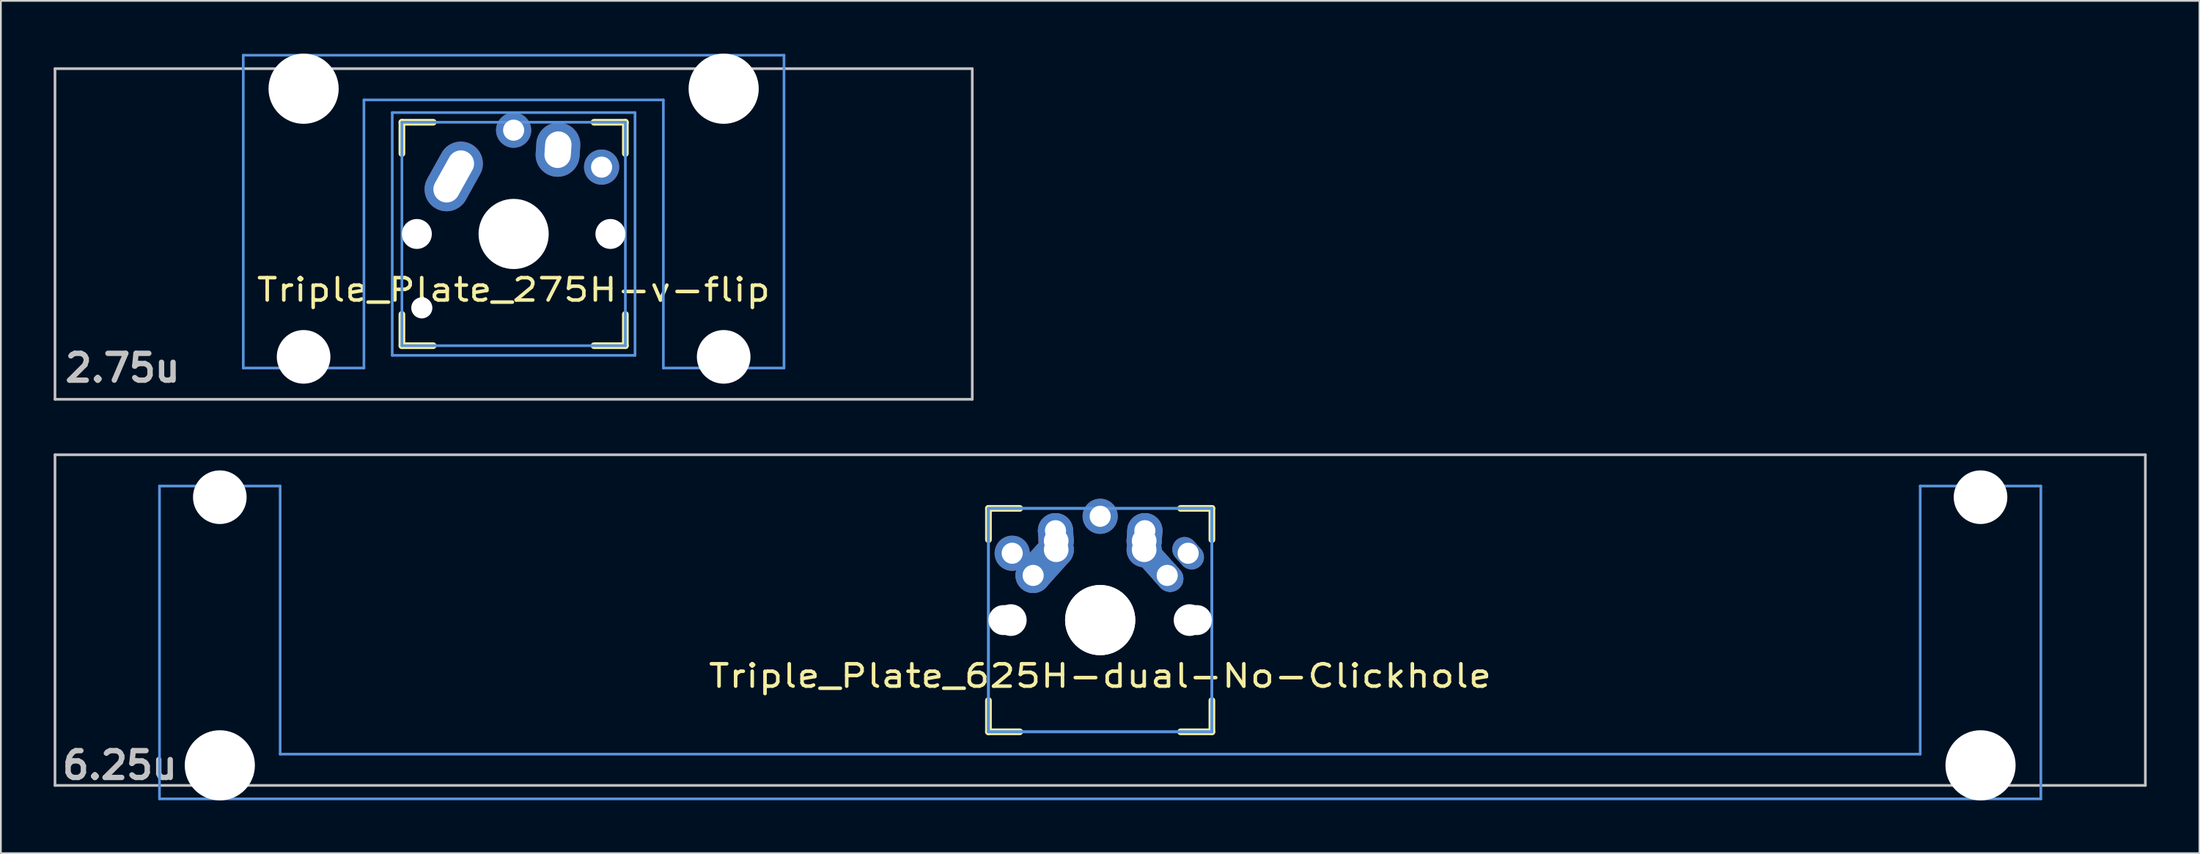
<source format=kicad_pcb>
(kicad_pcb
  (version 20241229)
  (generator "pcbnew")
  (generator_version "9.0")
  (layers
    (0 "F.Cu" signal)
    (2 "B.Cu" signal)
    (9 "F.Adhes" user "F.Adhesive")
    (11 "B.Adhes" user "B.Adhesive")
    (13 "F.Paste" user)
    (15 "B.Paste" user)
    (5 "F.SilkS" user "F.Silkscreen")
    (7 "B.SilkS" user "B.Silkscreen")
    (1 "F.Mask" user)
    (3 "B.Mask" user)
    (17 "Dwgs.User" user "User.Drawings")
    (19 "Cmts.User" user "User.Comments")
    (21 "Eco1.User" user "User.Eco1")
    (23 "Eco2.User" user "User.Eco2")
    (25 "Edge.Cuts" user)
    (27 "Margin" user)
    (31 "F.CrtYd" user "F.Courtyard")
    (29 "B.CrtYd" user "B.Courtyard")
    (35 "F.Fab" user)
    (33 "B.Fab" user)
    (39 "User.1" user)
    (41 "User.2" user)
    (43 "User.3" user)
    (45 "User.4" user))
  (footprint "Triple_Plate_625H-dual-No-Clickhole"
    (layer "F.Cu")
    (at 59.482 32.197)
    (property "Reference" "Triple_Plate_625H-dual-No-Clickhole" (at 0 3.175 0) (layer "F.SilkS") (effects (font (size 1.27 1.524) (thickness 0.203))))
    (attr through_hole)
    (fp_line (start -6.35 -6.35) (end -4.572 -6.35) (stroke (width 0.381) (type solid)) (layer "F.SilkS"))
    (fp_line (start -6.35 -4.572) (end -6.35 -6.35) (stroke (width 0.381) (type solid)) (layer "F.SilkS"))
    (fp_line (start -6.35 6.35) (end -6.35 4.572) (stroke (width 0.381) (type solid)) (layer "F.SilkS"))
    (fp_line (start -4.572 6.35) (end -6.35 6.35) (stroke (width 0.381) (type solid)) (layer "F.SilkS"))
    (fp_line (start 4.572 -6.35) (end 6.35 -6.35) (stroke (width 0.381) (type solid)) (layer "F.SilkS"))
    (fp_line (start 6.35 -6.35) (end 6.35 -4.572) (stroke (width 0.381) (type solid)) (layer "F.SilkS"))
    (fp_line (start 6.35 4.572) (end 6.35 6.35) (stroke (width 0.381) (type solid)) (layer "F.SilkS"))
    (fp_line (start 6.35 6.35) (end 4.572 6.35) (stroke (width 0.381) (type solid)) (layer "F.SilkS"))
    (fp_line (start -59.406 -9.398) (end 59.406 -9.398) (stroke (width 0.152) (type solid)) (layer "Dwgs.User"))
    (fp_line (start -59.406 9.398) (end -59.406 -9.398) (stroke (width 0.152) (type solid)) (layer "Dwgs.User"))
    (fp_line (start 59.406 -9.398) (end 59.406 9.398) (stroke (width 0.152) (type solid)) (layer "Dwgs.User"))
    (fp_line (start 59.406 9.398) (end -59.406 9.398) (stroke (width 0.152) (type solid)) (layer "Dwgs.User"))
    (fp_line (start -53.467 -7.62) (end -53.467 10.16) (stroke (width 0.152) (type solid)) (layer "Cmts.User"))
    (fp_line (start -53.467 10.16) (end 53.467 10.16) (stroke (width 0.152) (type solid)) (layer "Cmts.User"))
    (fp_line (start -46.609 -7.62) (end -53.467 -7.62) (stroke (width 0.152) (type solid)) (layer "Cmts.User"))
    (fp_line (start -46.609 7.62) (end -46.609 -7.62) (stroke (width 0.152) (type solid)) (layer "Cmts.User"))
    (fp_line (start -6.35 -6.35) (end 6.35 -6.35) (stroke (width 0.152) (type solid)) (layer "Cmts.User"))
    (fp_line (start -6.35 -6.35) (end 6.35 -6.35) (stroke (width 0.152) (type solid)) (layer "Cmts.User"))
    (fp_line (start -6.35 6.35) (end -6.35 -6.35) (stroke (width 0.152) (type solid)) (layer "Cmts.User"))
    (fp_line (start -6.35 6.35) (end -6.35 -6.35) (stroke (width 0.152) (type solid)) (layer "Cmts.User"))
    (fp_line (start 6.35 -6.35) (end 6.35 6.35) (stroke (width 0.152) (type solid)) (layer "Cmts.User"))
    (fp_line (start 6.35 -6.35) (end 6.35 6.35) (stroke (width 0.152) (type solid)) (layer "Cmts.User"))
    (fp_line (start 6.35 6.35) (end -6.35 6.35) (stroke (width 0.152) (type solid)) (layer "Cmts.User"))
    (fp_line (start 6.35 6.35) (end -6.35 6.35) (stroke (width 0.152) (type solid)) (layer "Cmts.User"))
    (fp_line (start 46.609 -7.62) (end 46.609 7.62) (stroke (width 0.152) (type solid)) (layer "Cmts.User"))
    (fp_line (start 46.609 7.62) (end -46.609 7.62) (stroke (width 0.152) (type solid)) (layer "Cmts.User"))
    (fp_line (start 53.467 -7.62) (end 46.609 -7.62) (stroke (width 0.152) (type solid)) (layer "Cmts.User"))
    (fp_line (start 53.467 10.16) (end 53.467 -7.62) (stroke (width 0.152) (type solid)) (layer "Cmts.User"))
    (fp_line (start -54.229 -2.286) (end -53.365 -2.286) (stroke (width 0.152) (type solid)) (layer "Eco2.User"))
    (fp_line (start -54.229 0.508) (end -54.229 -2.286) (stroke (width 0.152) (type solid)) (layer "Eco2.User"))
    (fp_line (start -53.365 -5.69) (end -46.711 -5.69) (stroke (width 0.152) (type solid)) (layer "Eco2.User"))
    (fp_line (start -53.365 -2.286) (end -53.365 -5.69) (stroke (width 0.152) (type solid)) (layer "Eco2.User"))
    (fp_line (start -53.365 0.508) (end -54.229 0.508) (stroke (width 0.152) (type solid)) (layer "Eco2.User"))
    (fp_line (start -53.365 6.604) (end -53.365 0.508) (stroke (width 0.152) (type solid)) (layer "Eco2.User"))
    (fp_line (start -52.324 6.604) (end -53.365 6.604) (stroke (width 0.152) (type solid)) (layer "Eco2.User"))
    (fp_line (start -52.324 7.772) (end -52.324 6.604) (stroke (width 0.152) (type solid)) (layer "Eco2.User"))
    (fp_line (start -47.752 6.604) (end -47.752 7.772) (stroke (width 0.152) (type solid)) (layer "Eco2.User"))
    (fp_line (start -47.752 7.772) (end -52.324 7.772) (stroke (width 0.152) (type solid)) (layer "Eco2.User"))
    (fp_line (start -46.711 -5.69) (end -46.711 -2.286) (stroke (width 0.152) (type solid)) (layer "Eco2.User"))
    (fp_line (start -46.711 -2.286) (end -6.985 -2.286) (stroke (width 0.152) (type solid)) (layer "Eco2.User"))
    (fp_line (start -46.711 2.286) (end -46.711 6.604) (stroke (width 0.152) (type solid)) (layer "Eco2.User"))
    (fp_line (start -46.711 6.604) (end -47.752 6.604) (stroke (width 0.152) (type solid)) (layer "Eco2.User"))
    (fp_line (start -6.985 -6.985) (end 6.985 -6.985) (stroke (width 0.152) (type solid)) (layer "Eco2.User"))
    (fp_line (start -6.985 -6.985) (end 6.985 -6.985) (stroke (width 0.152) (type solid)) (layer "Eco2.User"))
    (fp_line (start -6.985 -2.286) (end -6.985 -6.985) (stroke (width 0.152) (type solid)) (layer "Eco2.User"))
    (fp_line (start -6.985 2.286) (end -46.711 2.286) (stroke (width 0.152) (type solid)) (layer "Eco2.User"))
    (fp_line (start -6.985 6.985) (end -6.985 -6.985) (stroke (width 0.152) (type solid)) (layer "Eco2.User"))
    (fp_line (start -6.985 6.985) (end -6.985 2.286) (stroke (width 0.152) (type solid)) (layer "Eco2.User"))
    (fp_line (start 6.985 -6.985) (end 6.985 -2.286) (stroke (width 0.152) (type solid)) (layer "Eco2.User"))
    (fp_line (start 6.985 -6.985) (end 6.985 6.985) (stroke (width 0.152) (type solid)) (layer "Eco2.User"))
    (fp_line (start 6.985 -2.286) (end 46.711 -2.286) (stroke (width 0.152) (type solid)) (layer "Eco2.User"))
    (fp_line (start 6.985 2.286) (end 6.985 6.985) (stroke (width 0.152) (type solid)) (layer "Eco2.User"))
    (fp_line (start 6.985 6.985) (end -6.985 6.985) (stroke (width 0.152) (type solid)) (layer "Eco2.User"))
    (fp_line (start 6.985 6.985) (end -6.985 6.985) (stroke (width 0.152) (type solid)) (layer "Eco2.User"))
    (fp_line (start 46.711 -5.69) (end 53.365 -5.69) (stroke (width 0.152) (type solid)) (layer "Eco2.User"))
    (fp_line (start 46.711 -2.286) (end 46.711 -5.69) (stroke (width 0.152) (type solid)) (layer "Eco2.User"))
    (fp_line (start 46.711 2.286) (end 6.985 2.286) (stroke (width 0.152) (type solid)) (layer "Eco2.User"))
    (fp_line (start 46.711 6.604) (end 46.711 2.286) (stroke (width 0.152) (type solid)) (layer "Eco2.User"))
    (fp_line (start 47.752 6.604) (end 46.711 6.604) (stroke (width 0.152) (type solid)) (layer "Eco2.User"))
    (fp_line (start 47.752 7.772) (end 47.752 6.604) (stroke (width 0.152) (type solid)) (layer "Eco2.User"))
    (fp_line (start 52.324 6.604) (end 52.324 7.772) (stroke (width 0.152) (type solid)) (layer "Eco2.User"))
    (fp_line (start 52.324 7.772) (end 47.752 7.772) (stroke (width 0.152) (type solid)) (layer "Eco2.User"))
    (fp_line (start 53.365 -5.69) (end 53.365 -2.286) (stroke (width 0.152) (type solid)) (layer "Eco2.User"))
    (fp_line (start 53.365 -2.286) (end 54.229 -2.286) (stroke (width 0.152) (type solid)) (layer "Eco2.User"))
    (fp_line (start 53.365 0.508) (end 53.365 6.604) (stroke (width 0.152) (type solid)) (layer "Eco2.User"))
    (fp_line (start 53.365 6.604) (end 52.324 6.604) (stroke (width 0.152) (type solid)) (layer "Eco2.User"))
    (fp_line (start 54.229 -2.286) (end 54.229 0.508) (stroke (width 0.152) (type solid)) (layer "Eco2.User"))
    (fp_line (start 54.229 0.508) (end 53.365 0.508) (stroke (width 0.152) (type solid)) (layer "Eco2.User"))
    (fp_text user "6.25u" (at -55.723 8.255 0) (layer "Dwgs.User") (effects (font (size 1.524 1.524) (thickness 0.305))))
    (pad "" np_thru_hole circle (at -50.038 -6.985) (size 3.048 3.048) (drill 3.048) (layers "*.Cu"))
    (pad "" np_thru_hole circle (at -50.038 8.255) (size 3.988 3.988) (drill 3.988) (layers "*.Cu"))
    (pad "" np_thru_hole circle (at -5.5 0) (size 1.7 1.7) (drill 1.7) (layers "*.Cu"))
    (pad "" np_thru_hole circle (at -5.08 0) (size 1.8 1.8) (drill 1.8) (layers "*.Cu"))
    (pad "" np_thru_hole circle (at 0 0) (size 3.988 3.988) (drill 3.988) (layers "*.Cu"))
    (pad "" np_thru_hole circle (at 0 0) (size 3.988 3.988) (drill 3.988) (layers "*.Cu"))
    (pad "" np_thru_hole circle (at 5.08 0) (size 1.8 1.8) (drill 1.8) (layers "*.Cu"))
    (pad "" np_thru_hole circle (at 5.5 0) (size 1.7 1.7) (drill 1.7) (layers "*.Cu"))
    (pad "" np_thru_hole circle (at 50.038 -6.985) (size 3.048 3.048) (drill 3.048) (layers "*.Cu"))
    (pad "" np_thru_hole circle (at 50.038 8.255) (size 3.988 3.988) (drill 3.988) (layers "*.Cu"))
    (pad "1" thru_hole circle (at -5 -3.8 138.1) (size 2 2) (drill 1.2) (layers "*.Cu" "*.Mask"))
    (pad "1" thru_hole circle (at -3.81 -2.54) (size 2 2) (drill oval 1.2) (layers "*.Cu" "*.Mask"))
    (pad "1" smd oval (at -3.155 -3.27 138.1) (size 2 3.962) (layers "F.Cu" "F.Mask" "F.Paste"))
    (pad "1" smd oval (at -3.155 -3.27 138.1) (size 2 3.962) (layers "B.Cu" "B.Mask" "B.Paste"))
    (pad "1" thru_hole circle (at -2.54 -5.08 330.95) (size 2 2) (drill 1.2) (layers "*.Cu" "*.Mask"))
    (pad "1" smd oval (at -2.52 -4.79 3.945) (size 2 2.581) (layers "F.Cu" "F.Mask" "F.Paste"))
    (pad "1" smd oval (at -2.52 -4.79 3.945) (size 2 2.581) (layers "B.Cu" "B.Mask" "B.Paste"))
    (pad "1" thru_hole circle (at -2.5 -4.5 330.95) (size 2 2) (drill 1.4) (layers "*.Cu" "*.Mask"))
    (pad "1" thru_hole circle (at -2.5 -4 330.95) (size 2 2) (drill 1.4) (layers "*.Cu" "*.Mask"))
    (pad "1" thru_hole oval (at 5 -3.8 221.9) (size 1.4 2) (drill 1.2) (layers "*.Cu" "*.Mask"))
    (pad "2" thru_hole circle (at 0 -5.9) (size 2 2) (drill 1.2) (layers "*.Cu" "*.Mask"))
    (pad "2" thru_hole circle (at 2.5 -4.5 330.95) (size 2 2) (drill 1.4) (layers "*.Cu" "*.Mask"))
    (pad "2" thru_hole circle (at 2.5 -4) (size 2 2) (drill 1.4) (layers "*.Cu" "*.Mask"))
    (pad "2" smd oval (at 2.52 -4.79 356.055) (size 2 2.581) (layers "F.Cu" "F.Mask" "F.Paste"))
    (pad "2" smd oval (at 2.52 -4.79 356.055) (size 2 2.581) (layers "B.Cu" "B.Mask" "B.Paste"))
    (pad "2" thru_hole circle (at 2.54 -5.08 330.95) (size 2 2) (drill 1.2) (layers "*.Cu" "*.Mask"))
    (pad "2" smd oval (at 3.155 -3.27 221.9) (size 1.5 3.962) (layers "F.Cu" "F.Mask" "F.Paste"))
    (pad "2" smd oval (at 3.155 -3.27 221.9) (size 1.5 3.962) (layers "B.Cu" "B.Mask" "B.Paste"))
    (pad "2" thru_hole oval (at 3.81 -2.54 311.9) (size 2 1.5) (drill 1.2) (layers "*.Cu" "*.Mask")))
  (footprint "Triple_Plate_275H-v-flip"
    (layer "F.Cu")
    (at 26.144 10.249)
    (property "Reference" "Triple_Plate_275H-v-flip" (at 0 3.175 0) (layer "F.SilkS") (effects (font (size 1.27 1.524) (thickness 0.203))))
    (attr through_hole)
    (fp_line (start -6.35 -6.35) (end -4.572 -6.35) (stroke (width 0.381) (type solid)) (layer "F.SilkS"))
    (fp_line (start -6.35 -4.572) (end -6.35 -6.35) (stroke (width 0.381) (type solid)) (layer "F.SilkS"))
    (fp_line (start -6.35 6.35) (end -6.35 4.572) (stroke (width 0.381) (type solid)) (layer "F.SilkS"))
    (fp_line (start -4.572 6.35) (end -6.35 6.35) (stroke (width 0.381) (type solid)) (layer "F.SilkS"))
    (fp_line (start 4.572 -6.35) (end 6.35 -6.35) (stroke (width 0.381) (type solid)) (layer "F.SilkS"))
    (fp_line (start 6.35 -6.35) (end 6.35 -4.572) (stroke (width 0.381) (type solid)) (layer "F.SilkS"))
    (fp_line (start 6.35 4.572) (end 6.35 6.35) (stroke (width 0.381) (type solid)) (layer "F.SilkS"))
    (fp_line (start 6.35 6.35) (end 4.572 6.35) (stroke (width 0.381) (type solid)) (layer "F.SilkS"))
    (fp_line (start -26.068 -9.398) (end 26.068 -9.398) (stroke (width 0.152) (type solid)) (layer "Dwgs.User"))
    (fp_line (start -26.068 9.398) (end -26.068 -9.398) (stroke (width 0.152) (type solid)) (layer "Dwgs.User"))
    (fp_line (start 26.068 -9.398) (end 26.068 9.398) (stroke (width 0.152) (type solid)) (layer "Dwgs.User"))
    (fp_line (start 26.068 9.398) (end -26.068 9.398) (stroke (width 0.152) (type solid)) (layer "Dwgs.User"))
    (fp_line (start -15.367 -10.16) (end -15.367 7.62) (stroke (width 0.152) (type solid)) (layer "Cmts.User"))
    (fp_line (start -15.367 7.62) (end -8.509 7.62) (stroke (width 0.152) (type solid)) (layer "Cmts.User"))
    (fp_line (start -8.509 -7.62) (end 8.509 -7.62) (stroke (width 0.152) (type solid)) (layer "Cmts.User"))
    (fp_line (start -8.509 7.62) (end -8.509 -7.62) (stroke (width 0.152) (type solid)) (layer "Cmts.User"))
    (fp_line (start -6.9 -6.9) (end 6.9 -6.9) (stroke (width 0.152) (type solid)) (layer "Cmts.User"))
    (fp_line (start -6.9 6.9) (end -6.9 -6.9) (stroke (width 0.152) (type solid)) (layer "Cmts.User"))
    (fp_line (start -6.35 -6.35) (end 6.35 -6.35) (stroke (width 0.152) (type solid)) (layer "Cmts.User"))
    (fp_line (start -6.35 6.35) (end -6.35 -6.35) (stroke (width 0.152) (type solid)) (layer "Cmts.User"))
    (fp_line (start 6.35 -6.35) (end 6.35 6.35) (stroke (width 0.152) (type solid)) (layer "Cmts.User"))
    (fp_line (start 6.35 6.35) (end -6.35 6.35) (stroke (width 0.152) (type solid)) (layer "Cmts.User"))
    (fp_line (start 6.9 -6.9) (end 6.9 6.9) (stroke (width 0.152) (type solid)) (layer "Cmts.User"))
    (fp_line (start 6.9 6.9) (end -6.9 6.9) (stroke (width 0.152) (type solid)) (layer "Cmts.User"))
    (fp_line (start 8.509 -7.62) (end 8.509 7.62) (stroke (width 0.152) (type solid)) (layer "Cmts.User"))
    (fp_line (start 8.509 7.62) (end 15.367 7.62) (stroke (width 0.152) (type solid)) (layer "Cmts.User"))
    (fp_line (start 15.367 -10.16) (end -15.367 -10.16) (stroke (width 0.152) (type solid)) (layer "Cmts.User"))
    (fp_line (start 15.367 7.62) (end 15.367 -10.16) (stroke (width 0.152) (type solid)) (layer "Cmts.User"))
    (fp_line (start -16.129 -0.508) (end -15.265 -0.508) (stroke (width 0.152) (type solid)) (layer "Eco2.User"))
    (fp_line (start -16.129 2.286) (end -16.129 -0.508) (stroke (width 0.152) (type solid)) (layer "Eco2.User"))
    (fp_line (start -15.265 -6.604) (end -14.224 -6.604) (stroke (width 0.152) (type solid)) (layer "Eco2.User"))
    (fp_line (start -15.265 -0.508) (end -15.265 -6.604) (stroke (width 0.152) (type solid)) (layer "Eco2.User"))
    (fp_line (start -15.265 2.286) (end -16.129 2.286) (stroke (width 0.152) (type solid)) (layer "Eco2.User"))
    (fp_line (start -15.265 5.69) (end -15.265 2.286) (stroke (width 0.152) (type solid)) (layer "Eco2.User"))
    (fp_line (start -14.224 -7.772) (end -9.652 -7.772) (stroke (width 0.152) (type solid)) (layer "Eco2.User"))
    (fp_line (start -14.224 -6.604) (end -14.224 -7.772) (stroke (width 0.152) (type solid)) (layer "Eco2.User"))
    (fp_line (start -9.652 -7.772) (end -9.652 -6.604) (stroke (width 0.152) (type solid)) (layer "Eco2.User"))
    (fp_line (start -9.652 -6.604) (end -8.611 -6.604) (stroke (width 0.152) (type solid)) (layer "Eco2.User"))
    (fp_line (start -8.611 -6.604) (end -8.611 -5.817) (stroke (width 0.152) (type solid)) (layer "Eco2.User"))
    (fp_line (start -8.611 -5.817) (end -6.985 -5.817) (stroke (width 0.152) (type solid)) (layer "Eco2.User"))
    (fp_line (start -8.611 4.877) (end -8.611 5.69) (stroke (width 0.152) (type solid)) (layer "Eco2.User"))
    (fp_line (start -8.611 5.69) (end -15.265 5.69) (stroke (width 0.152) (type solid)) (layer "Eco2.User"))
    (fp_line (start -7.5 -7.5) (end 7.5 -7.5) (stroke (width 0.152) (type solid)) (layer "Eco2.User"))
    (fp_line (start -7.5 7.5) (end -7.5 -7.5) (stroke (width 0.152) (type solid)) (layer "Eco2.User"))
    (fp_line (start -6.985 -6.985) (end 6.985 -6.985) (stroke (width 0.152) (type solid)) (layer "Eco2.User"))
    (fp_line (start -6.985 -5.817) (end -6.985 -6.985) (stroke (width 0.152) (type solid)) (layer "Eco2.User"))
    (fp_line (start -6.985 4.877) (end -8.611 4.877) (stroke (width 0.152) (type solid)) (layer "Eco2.User"))
    (fp_line (start -6.985 6.985) (end -6.985 4.877) (stroke (width 0.152) (type solid)) (layer "Eco2.User"))
    (fp_line (start 6.985 -6.985) (end 6.985 -5.817) (stroke (width 0.152) (type solid)) (layer "Eco2.User"))
    (fp_line (start 6.985 -5.817) (end 8.611 -5.817) (stroke (width 0.152) (type solid)) (layer "Eco2.User"))
    (fp_line (start 6.985 4.877) (end 6.985 6.985) (stroke (width 0.152) (type solid)) (layer "Eco2.User"))
    (fp_line (start 6.985 6.985) (end -6.985 6.985) (stroke (width 0.152) (type solid)) (layer "Eco2.User"))
    (fp_line (start 7.5 -7.5) (end 7.5 7.5) (stroke (width 0.152) (type solid)) (layer "Eco2.User"))
    (fp_line (start 7.5 7.5) (end -7.5 7.5) (stroke (width 0.152) (type solid)) (layer "Eco2.User"))
    (fp_line (start 8.611 -6.604) (end 9.652 -6.604) (stroke (width 0.152) (type solid)) (layer "Eco2.User"))
    (fp_line (start 8.611 -5.817) (end 8.611 -6.604) (stroke (width 0.152) (type solid)) (layer "Eco2.User"))
    (fp_line (start 8.611 4.877) (end 6.985 4.877) (stroke (width 0.152) (type solid)) (layer "Eco2.User"))
    (fp_line (start 8.611 5.69) (end 8.611 4.877) (stroke (width 0.152) (type solid)) (layer "Eco2.User"))
    (fp_line (start 9.652 -7.772) (end 14.224 -7.772) (stroke (width 0.152) (type solid)) (layer "Eco2.User"))
    (fp_line (start 9.652 -6.604) (end 9.652 -7.772) (stroke (width 0.152) (type solid)) (layer "Eco2.User"))
    (fp_line (start 14.224 -7.772) (end 14.224 -6.604) (stroke (width 0.152) (type solid)) (layer "Eco2.User"))
    (fp_line (start 14.224 -6.604) (end 15.265 -6.604) (stroke (width 0.152) (type solid)) (layer "Eco2.User"))
    (fp_line (start 15.265 -6.604) (end 15.265 -0.508) (stroke (width 0.152) (type solid)) (layer "Eco2.User"))
    (fp_line (start 15.265 -0.508) (end 16.129 -0.508) (stroke (width 0.152) (type solid)) (layer "Eco2.User"))
    (fp_line (start 15.265 2.286) (end 15.265 5.69) (stroke (width 0.152) (type solid)) (layer "Eco2.User"))
    (fp_line (start 15.265 5.69) (end 8.611 5.69) (stroke (width 0.152) (type solid)) (layer "Eco2.User"))
    (fp_line (start 16.129 -0.508) (end 16.129 2.286) (stroke (width 0.152) (type solid)) (layer "Eco2.User"))
    (fp_line (start 16.129 2.286) (end 15.265 2.286) (stroke (width 0.152) (type solid)) (layer "Eco2.User"))
    (fp_text user "2.75u" (at -22.225 7.62 180) (layer "Dwgs.User") (effects (font (size 1.524 1.524) (thickness 0.305))))
    (pad "" np_thru_hole circle (at -11.938 -8.255 180) (size 3.988 3.988) (drill 3.988) (layers "*.Cu"))
    (pad "" np_thru_hole circle (at -11.938 6.985 180) (size 3.048 3.048) (drill 3.048) (layers "*.Cu"))
    (pad "" np_thru_hole circle (at -5.5 0) (size 1.7 1.7) (drill 1.7) (layers "*.Cu"))
    (pad "" np_thru_hole circle (at -5.22 4.2) (size 1.2 1.2) (drill 1.2) (layers "*.Cu"))
    (pad "" np_thru_hole circle (at 0 0) (size 3.4 3.4) (drill 3.4) (layers "*.Cu"))
    (pad "" np_thru_hole circle (at 0 0) (size 3.988 3.988) (drill 3.988) (layers "*.Cu"))
    (pad "" np_thru_hole circle (at 5.5 0) (size 1.7 1.7) (drill 1.7) (layers "*.Cu"))
    (pad "" np_thru_hole circle (at 11.938 -8.255 180) (size 3.988 3.988) (drill 3.988) (layers "*.Cu"))
    (pad "" np_thru_hole circle (at 11.938 6.985 180) (size 3.048 3.048) (drill 3.048) (layers "*.Cu"))
    (pad "1" thru_hole oval (at -3.405 -3.27 330.9) (size 2.5 4.17) (drill oval 1.5 3.17) (layers "*.Cu" "*.Mask"))
    (pad "1" thru_hole circle (at 0 -5.9) (size 2 2) (drill 1.2) (layers "*.Cu" "*.Mask"))
    (pad "2" thru_hole oval (at 2.52 -4.79 356.1) (size 2.5 3.08) (drill oval 1.5 2.08) (layers "*.Cu" "*.Mask"))
    (pad "2" thru_hole circle (at 5 -3.8 221.9) (size 2 2) (drill 1.2) (layers "*.Cu" "*.Mask")))
  (gr_rect
    (start -3 -3)
    (end 121.963 45.446)
    (stroke (width 0.1) (type default))
    (fill no)
    (layer "Edge.Cuts")))
</source>
